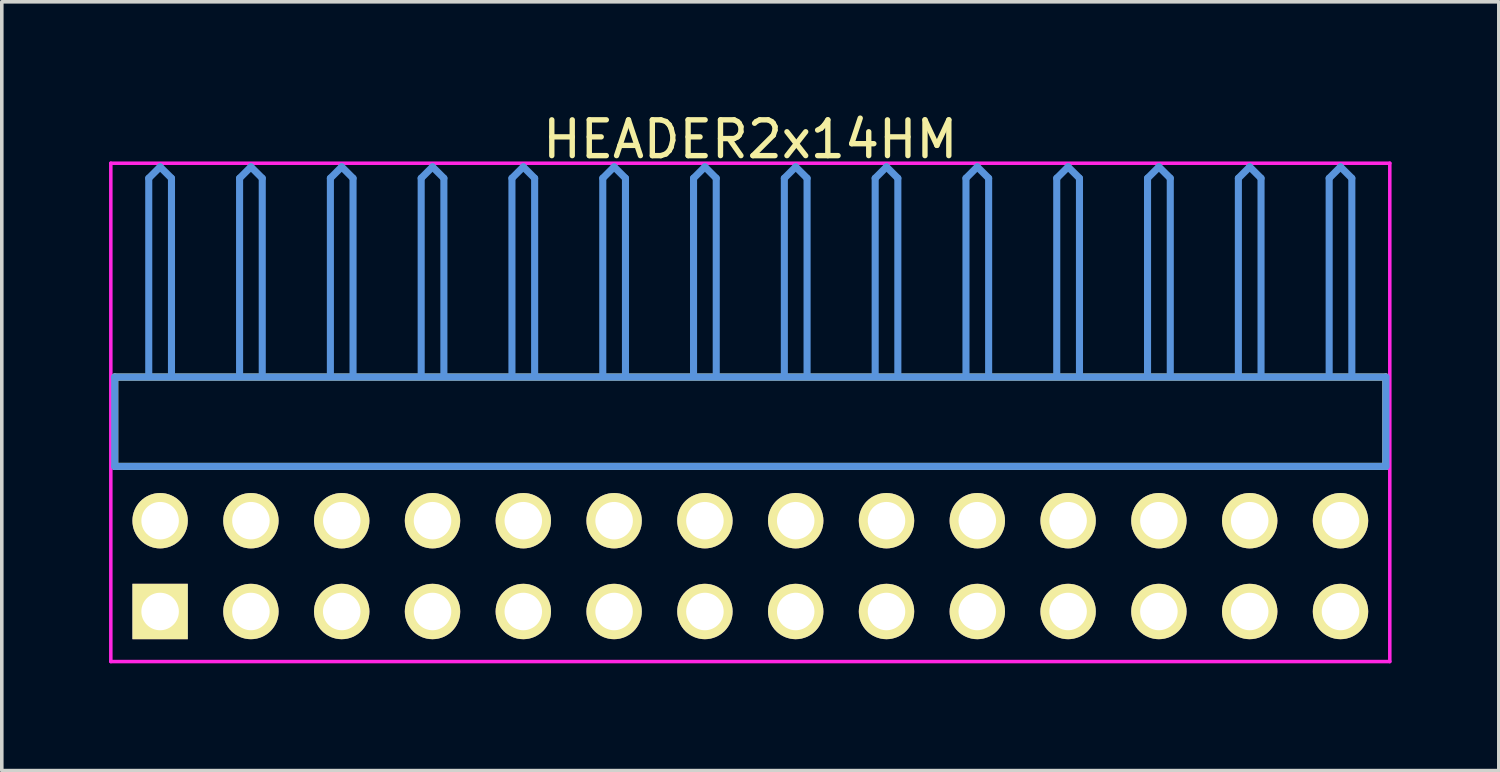
<source format=kicad_pcb>
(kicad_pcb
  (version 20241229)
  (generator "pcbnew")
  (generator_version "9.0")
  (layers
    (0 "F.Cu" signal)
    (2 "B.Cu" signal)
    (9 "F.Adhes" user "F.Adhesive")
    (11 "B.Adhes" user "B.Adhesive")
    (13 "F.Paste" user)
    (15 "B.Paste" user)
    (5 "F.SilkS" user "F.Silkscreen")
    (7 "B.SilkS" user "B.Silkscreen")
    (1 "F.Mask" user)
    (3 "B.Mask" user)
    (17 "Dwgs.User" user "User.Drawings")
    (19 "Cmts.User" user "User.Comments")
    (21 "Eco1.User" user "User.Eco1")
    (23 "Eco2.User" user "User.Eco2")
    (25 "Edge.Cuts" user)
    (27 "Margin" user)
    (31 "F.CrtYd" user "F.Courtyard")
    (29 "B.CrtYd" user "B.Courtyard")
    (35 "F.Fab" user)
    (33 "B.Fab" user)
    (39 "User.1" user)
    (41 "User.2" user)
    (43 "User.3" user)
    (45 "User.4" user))
  (footprint "HEADER2x14HM"
    (layer "F.Cu")
    (at 1.429 14.056)
    (property "Reference" "HEADER2x14HM" (at 16.51 -13.208 0) (layer "F.SilkS") (effects (font (size 1.001 1.001) (thickness 0.15))))
    (attr through_hole)
    (fp_line (start -1.27 -6.558) (end -1.27 -4.059) (stroke (width 0.198) (type solid)) (layer "F.SilkS"))
    (fp_line (start -1.27 -4.059) (end 34.29 -4.059) (stroke (width 0.198) (type solid)) (layer "F.SilkS"))
    (fp_line (start 34.29 -6.558) (end -1.27 -6.558) (stroke (width 0.198) (type solid)) (layer "F.SilkS"))
    (fp_line (start 34.29 -4.059) (end 34.29 -6.558) (stroke (width 0.198) (type solid)) (layer "F.SilkS"))
    (fp_line (start -1.27 -6.558) (end -1.27 -4.059) (stroke (width 0.198) (type solid)) (layer "Cmts.User"))
    (fp_line (start -1.27 -4.059) (end 34.29 -4.059) (stroke (width 0.198) (type solid)) (layer "Cmts.User"))
    (fp_line (start -0.318 -12.121) (end 0 -12.438) (stroke (width 0.198) (type solid)) (layer "Cmts.User"))
    (fp_line (start -0.318 -6.599) (end -0.318 -12.121) (stroke (width 0.198) (type solid)) (layer "Cmts.User"))
    (fp_line (start 0.318 -12.121) (end 0 -12.438) (stroke (width 0.198) (type solid)) (layer "Cmts.User"))
    (fp_line (start 0.318 -6.599) (end 0.318 -12.121) (stroke (width 0.198) (type solid)) (layer "Cmts.User"))
    (fp_line (start 2.223 -12.121) (end 2.54 -12.438) (stroke (width 0.198) (type solid)) (layer "Cmts.User"))
    (fp_line (start 2.223 -6.599) (end 2.223 -12.121) (stroke (width 0.198) (type solid)) (layer "Cmts.User"))
    (fp_line (start 2.857 -12.121) (end 2.54 -12.438) (stroke (width 0.198) (type solid)) (layer "Cmts.User"))
    (fp_line (start 2.857 -6.599) (end 2.857 -12.121) (stroke (width 0.198) (type solid)) (layer "Cmts.User"))
    (fp_line (start 4.763 -12.121) (end 5.08 -12.438) (stroke (width 0.198) (type solid)) (layer "Cmts.User"))
    (fp_line (start 4.763 -6.599) (end 4.763 -12.121) (stroke (width 0.198) (type solid)) (layer "Cmts.User"))
    (fp_line (start 5.397 -12.121) (end 5.08 -12.438) (stroke (width 0.198) (type solid)) (layer "Cmts.User"))
    (fp_line (start 5.397 -6.599) (end 5.397 -12.121) (stroke (width 0.198) (type solid)) (layer "Cmts.User"))
    (fp_line (start 7.303 -12.121) (end 7.62 -12.438) (stroke (width 0.198) (type solid)) (layer "Cmts.User"))
    (fp_line (start 7.303 -6.599) (end 7.303 -12.121) (stroke (width 0.198) (type solid)) (layer "Cmts.User"))
    (fp_line (start 7.938 -12.121) (end 7.62 -12.438) (stroke (width 0.198) (type solid)) (layer "Cmts.User"))
    (fp_line (start 7.938 -6.599) (end 7.938 -12.121) (stroke (width 0.198) (type solid)) (layer "Cmts.User"))
    (fp_line (start 9.842 -12.121) (end 10.16 -12.438) (stroke (width 0.198) (type solid)) (layer "Cmts.User"))
    (fp_line (start 9.842 -6.599) (end 9.842 -12.121) (stroke (width 0.198) (type solid)) (layer "Cmts.User"))
    (fp_line (start 10.477 -12.121) (end 10.16 -12.438) (stroke (width 0.198) (type solid)) (layer "Cmts.User"))
    (fp_line (start 10.477 -6.599) (end 10.477 -12.121) (stroke (width 0.198) (type solid)) (layer "Cmts.User"))
    (fp_line (start 12.383 -12.121) (end 12.7 -12.438) (stroke (width 0.198) (type solid)) (layer "Cmts.User"))
    (fp_line (start 12.383 -6.599) (end 12.383 -12.121) (stroke (width 0.198) (type solid)) (layer "Cmts.User"))
    (fp_line (start 13.018 -12.121) (end 12.7 -12.438) (stroke (width 0.198) (type solid)) (layer "Cmts.User"))
    (fp_line (start 13.018 -6.599) (end 13.018 -12.121) (stroke (width 0.198) (type solid)) (layer "Cmts.User"))
    (fp_line (start 14.922 -12.121) (end 15.24 -12.438) (stroke (width 0.198) (type solid)) (layer "Cmts.User"))
    (fp_line (start 14.922 -6.599) (end 14.922 -12.121) (stroke (width 0.198) (type solid)) (layer "Cmts.User"))
    (fp_line (start 15.557 -12.121) (end 15.24 -12.438) (stroke (width 0.198) (type solid)) (layer "Cmts.User"))
    (fp_line (start 15.557 -6.599) (end 15.557 -12.121) (stroke (width 0.198) (type solid)) (layer "Cmts.User"))
    (fp_line (start 17.462 -12.121) (end 17.78 -12.438) (stroke (width 0.198) (type solid)) (layer "Cmts.User"))
    (fp_line (start 17.462 -6.599) (end 17.462 -12.121) (stroke (width 0.198) (type solid)) (layer "Cmts.User"))
    (fp_line (start 18.098 -12.121) (end 17.78 -12.438) (stroke (width 0.198) (type solid)) (layer "Cmts.User"))
    (fp_line (start 18.098 -6.599) (end 18.098 -12.121) (stroke (width 0.198) (type solid)) (layer "Cmts.User"))
    (fp_line (start 20.003 -12.121) (end 20.32 -12.438) (stroke (width 0.198) (type solid)) (layer "Cmts.User"))
    (fp_line (start 20.003 -6.599) (end 20.003 -12.121) (stroke (width 0.198) (type solid)) (layer "Cmts.User"))
    (fp_line (start 20.637 -12.121) (end 20.32 -12.438) (stroke (width 0.198) (type solid)) (layer "Cmts.User"))
    (fp_line (start 20.637 -6.599) (end 20.637 -12.121) (stroke (width 0.198) (type solid)) (layer "Cmts.User"))
    (fp_line (start 22.543 -12.121) (end 22.86 -12.438) (stroke (width 0.198) (type solid)) (layer "Cmts.User"))
    (fp_line (start 22.543 -6.599) (end 22.543 -12.121) (stroke (width 0.198) (type solid)) (layer "Cmts.User"))
    (fp_line (start 23.177 -12.121) (end 22.86 -12.438) (stroke (width 0.198) (type solid)) (layer "Cmts.User"))
    (fp_line (start 23.177 -6.599) (end 23.177 -12.121) (stroke (width 0.198) (type solid)) (layer "Cmts.User"))
    (fp_line (start 25.082 -12.121) (end 25.4 -12.438) (stroke (width 0.198) (type solid)) (layer "Cmts.User"))
    (fp_line (start 25.082 -6.599) (end 25.082 -12.121) (stroke (width 0.198) (type solid)) (layer "Cmts.User"))
    (fp_line (start 25.718 -12.121) (end 25.4 -12.438) (stroke (width 0.198) (type solid)) (layer "Cmts.User"))
    (fp_line (start 25.718 -6.599) (end 25.718 -12.121) (stroke (width 0.198) (type solid)) (layer "Cmts.User"))
    (fp_line (start 27.622 -12.121) (end 27.94 -12.438) (stroke (width 0.198) (type solid)) (layer "Cmts.User"))
    (fp_line (start 27.622 -6.599) (end 27.622 -12.121) (stroke (width 0.198) (type solid)) (layer "Cmts.User"))
    (fp_line (start 28.258 -12.121) (end 27.94 -12.438) (stroke (width 0.198) (type solid)) (layer "Cmts.User"))
    (fp_line (start 28.258 -6.599) (end 28.258 -12.121) (stroke (width 0.198) (type solid)) (layer "Cmts.User"))
    (fp_line (start 30.163 -12.121) (end 30.48 -12.438) (stroke (width 0.198) (type solid)) (layer "Cmts.User"))
    (fp_line (start 30.163 -6.599) (end 30.163 -12.121) (stroke (width 0.198) (type solid)) (layer "Cmts.User"))
    (fp_line (start 30.797 -12.121) (end 30.48 -12.438) (stroke (width 0.198) (type solid)) (layer "Cmts.User"))
    (fp_line (start 30.797 -6.599) (end 30.797 -12.121) (stroke (width 0.198) (type solid)) (layer "Cmts.User"))
    (fp_line (start 32.703 -12.121) (end 33.02 -12.438) (stroke (width 0.198) (type solid)) (layer "Cmts.User"))
    (fp_line (start 32.703 -6.599) (end 32.703 -12.121) (stroke (width 0.198) (type solid)) (layer "Cmts.User"))
    (fp_line (start 33.337 -12.121) (end 33.02 -12.438) (stroke (width 0.198) (type solid)) (layer "Cmts.User"))
    (fp_line (start 33.337 -6.599) (end 33.337 -12.121) (stroke (width 0.198) (type solid)) (layer "Cmts.User"))
    (fp_line (start 34.29 -6.558) (end -1.27 -6.558) (stroke (width 0.198) (type solid)) (layer "Cmts.User"))
    (fp_line (start 34.29 -4.059) (end 34.29 -6.558) (stroke (width 0.198) (type solid)) (layer "Cmts.User"))
    (fp_line (start -1.379 -12.54) (end 34.399 -12.54) (stroke (width 0.099) (type solid)) (layer "F.CrtYd"))
    (fp_line (start -1.379 1.4) (end -1.379 -12.54) (stroke (width 0.099) (type solid)) (layer "F.CrtYd"))
    (fp_line (start 34.399 -12.54) (end 34.399 1.4) (stroke (width 0.099) (type solid)) (layer "F.CrtYd"))
    (fp_line (start 34.399 1.4) (end -1.379 1.4) (stroke (width 0.099) (type solid)) (layer "F.CrtYd"))
    (pad "1" thru_hole rect (at 0 0) (size 1.549 1.549) (drill 1.049) (layers "*.Cu" "*.Mask" "F.SilkS"))
    (pad "2" thru_hole circle (at 0 -2.54) (size 1.549 1.549) (drill 1.049) (layers "*.Cu" "*.Mask" "F.SilkS"))
    (pad "3" thru_hole circle (at 2.54 0) (size 1.549 1.549) (drill 1.049) (layers "*.Cu" "*.Mask" "F.SilkS"))
    (pad "4" thru_hole circle (at 2.54 -2.54) (size 1.549 1.549) (drill 1.049) (layers "*.Cu" "*.Mask" "F.SilkS"))
    (pad "5" thru_hole circle (at 5.08 0) (size 1.549 1.549) (drill 1.049) (layers "*.Cu" "*.Mask" "F.SilkS"))
    (pad "6" thru_hole circle (at 5.08 -2.54) (size 1.549 1.549) (drill 1.049) (layers "*.Cu" "*.Mask" "F.SilkS"))
    (pad "7" thru_hole circle (at 7.62 0) (size 1.549 1.549) (drill 1.049) (layers "*.Cu" "*.Mask" "F.SilkS"))
    (pad "8" thru_hole circle (at 7.62 -2.54) (size 1.549 1.549) (drill 1.049) (layers "*.Cu" "*.Mask" "F.SilkS"))
    (pad "9" thru_hole circle (at 10.16 0) (size 1.549 1.549) (drill 1.049) (layers "*.Cu" "*.Mask" "F.SilkS"))
    (pad "10" thru_hole circle (at 10.16 -2.54) (size 1.549 1.549) (drill 1.049) (layers "*.Cu" "*.Mask" "F.SilkS"))
    (pad "11" thru_hole circle (at 12.7 0) (size 1.549 1.549) (drill 1.049) (layers "*.Cu" "*.Mask" "F.SilkS"))
    (pad "12" thru_hole circle (at 12.7 -2.54) (size 1.549 1.549) (drill 1.049) (layers "*.Cu" "*.Mask" "F.SilkS"))
    (pad "13" thru_hole circle (at 15.24 0) (size 1.549 1.549) (drill 1.049) (layers "*.Cu" "*.Mask" "F.SilkS"))
    (pad "14" thru_hole circle (at 15.24 -2.54) (size 1.549 1.549) (drill 1.049) (layers "*.Cu" "*.Mask" "F.SilkS"))
    (pad "15" thru_hole circle (at 17.78 0) (size 1.549 1.549) (drill 1.049) (layers "*.Cu" "*.Mask" "F.SilkS"))
    (pad "16" thru_hole circle (at 17.78 -2.54) (size 1.549 1.549) (drill 1.049) (layers "*.Cu" "*.Mask" "F.SilkS"))
    (pad "17" thru_hole circle (at 20.32 0) (size 1.549 1.549) (drill 1.049) (layers "*.Cu" "*.Mask" "F.SilkS"))
    (pad "18" thru_hole circle (at 20.32 -2.54) (size 1.549 1.549) (drill 1.049) (layers "*.Cu" "*.Mask" "F.SilkS"))
    (pad "19" thru_hole circle (at 22.86 0) (size 1.549 1.549) (drill 1.049) (layers "*.Cu" "*.Mask" "F.SilkS"))
    (pad "20" thru_hole circle (at 22.86 -2.54) (size 1.549 1.549) (drill 1.049) (layers "*.Cu" "*.Mask" "F.SilkS"))
    (pad "21" thru_hole circle (at 25.4 0) (size 1.549 1.549) (drill 1.049) (layers "*.Cu" "*.Mask" "F.SilkS"))
    (pad "22" thru_hole circle (at 25.4 -2.54) (size 1.549 1.549) (drill 1.049) (layers "*.Cu" "*.Mask" "F.SilkS"))
    (pad "23" thru_hole circle (at 27.94 0) (size 1.549 1.549) (drill 1.049) (layers "*.Cu" "*.Mask" "F.SilkS"))
    (pad "24" thru_hole circle (at 27.94 -2.54) (size 1.549 1.549) (drill 1.049) (layers "*.Cu" "*.Mask" "F.SilkS"))
    (pad "25" thru_hole circle (at 30.48 0) (size 1.549 1.549) (drill 1.049) (layers "*.Cu" "*.Mask" "F.SilkS"))
    (pad "26" thru_hole circle (at 30.48 -2.54) (size 1.549 1.549) (drill 1.049) (layers "*.Cu" "*.Mask" "F.SilkS"))
    (pad "27" thru_hole circle (at 33.02 0) (size 1.549 1.549) (drill 1.049) (layers "*.Cu" "*.Mask" "F.SilkS"))
    (pad "28" thru_hole circle (at 33.02 -2.54) (size 1.549 1.549) (drill 1.049) (layers "*.Cu" "*.Mask" "F.SilkS")))
  (gr_rect
    (start -3 -3)
    (end 38.877 18.506)
    (stroke (width 0.1) (type default))
    (fill no)
    (layer "Edge.Cuts")))
</source>
